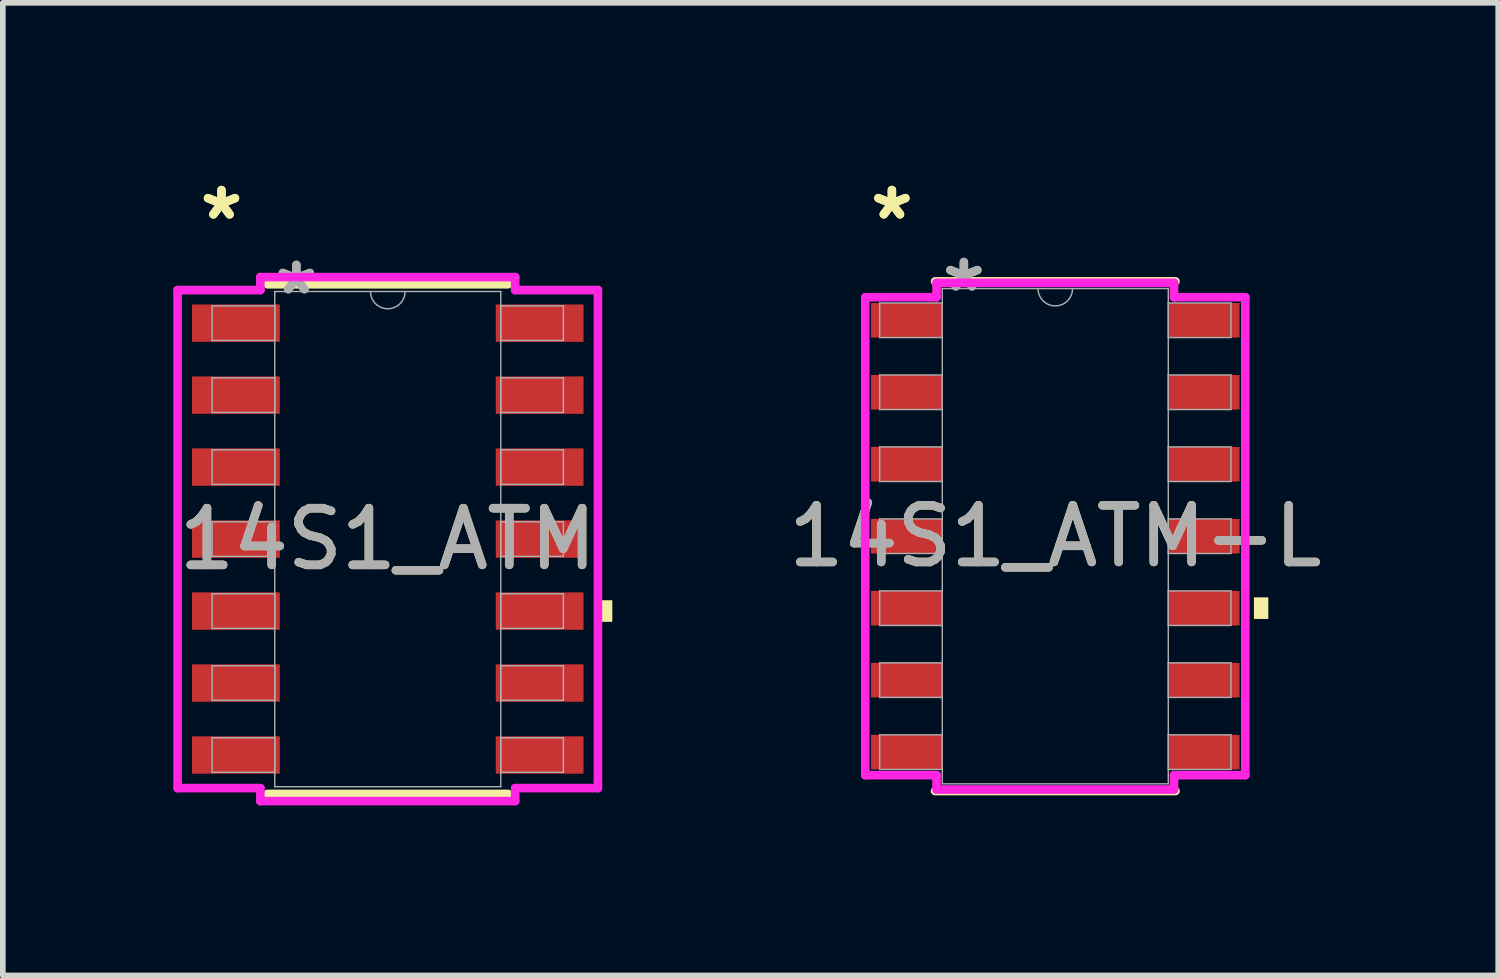
<source format=kicad_pcb>
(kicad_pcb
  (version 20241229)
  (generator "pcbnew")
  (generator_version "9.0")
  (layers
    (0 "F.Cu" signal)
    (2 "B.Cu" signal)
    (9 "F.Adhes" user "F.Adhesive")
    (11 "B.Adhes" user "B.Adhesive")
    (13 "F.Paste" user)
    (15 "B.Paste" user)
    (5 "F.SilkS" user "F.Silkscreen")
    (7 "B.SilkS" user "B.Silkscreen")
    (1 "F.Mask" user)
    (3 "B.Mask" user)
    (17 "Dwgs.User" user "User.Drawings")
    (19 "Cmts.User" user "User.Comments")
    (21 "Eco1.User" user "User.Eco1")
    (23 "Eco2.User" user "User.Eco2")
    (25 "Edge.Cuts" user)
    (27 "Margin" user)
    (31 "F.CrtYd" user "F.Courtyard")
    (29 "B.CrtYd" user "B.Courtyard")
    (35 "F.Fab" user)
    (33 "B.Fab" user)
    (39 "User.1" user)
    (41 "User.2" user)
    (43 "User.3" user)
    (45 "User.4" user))
  (footprint "14S1_ATM"
    (layer "F.Cu")
    (at 3.792 6.462)
    (property "Reference" "14S1_ATM" (at 0 0 0) (unlocked yes) (layer "F.SilkS") (effects (font (size 1 1) (thickness 0.15))))
    (attr smd)
    (fp_line (start -2.121 4.496) (end 2.121 4.496) (stroke (width 0.152) (type solid)) (layer "F.SilkS"))
    (fp_line (start 2.121 -4.496) (end -2.121 -4.496) (stroke (width 0.152) (type solid)) (layer "F.SilkS"))
    (fp_poly (pts (xy 3.962 1.079) (xy 3.962 1.46) (xy 3.708 1.46) (xy 3.708 1.079)) (stroke (width 0) (type solid)) (fill yes) (layer "F.SilkS"))
    (fp_line (start -3.708 -4.394) (end -2.248 -4.394) (stroke (width 0.152) (type solid)) (layer "F.CrtYd"))
    (fp_line (start -3.708 4.394) (end -3.708 -4.394) (stroke (width 0.152) (type solid)) (layer "F.CrtYd"))
    (fp_line (start -3.708 4.394) (end -2.248 4.394) (stroke (width 0.152) (type solid)) (layer "F.CrtYd"))
    (fp_line (start -2.248 -4.623) (end 2.248 -4.623) (stroke (width 0.152) (type solid)) (layer "F.CrtYd"))
    (fp_line (start -2.248 -4.394) (end -2.248 -4.623) (stroke (width 0.152) (type solid)) (layer "F.CrtYd"))
    (fp_line (start -2.248 4.623) (end -2.248 4.394) (stroke (width 0.152) (type solid)) (layer "F.CrtYd"))
    (fp_line (start 2.248 -4.623) (end 2.248 -4.394) (stroke (width 0.152) (type solid)) (layer "F.CrtYd"))
    (fp_line (start 2.248 4.394) (end 2.248 4.623) (stroke (width 0.152) (type solid)) (layer "F.CrtYd"))
    (fp_line (start 2.248 4.623) (end -2.248 4.623) (stroke (width 0.152) (type solid)) (layer "F.CrtYd"))
    (fp_line (start 3.708 -4.394) (end 2.248 -4.394) (stroke (width 0.152) (type solid)) (layer "F.CrtYd"))
    (fp_line (start 3.708 -4.394) (end 3.708 4.394) (stroke (width 0.152) (type solid)) (layer "F.CrtYd"))
    (fp_line (start 3.708 4.394) (end 2.248 4.394) (stroke (width 0.152) (type solid)) (layer "F.CrtYd"))
    (fp_line (start -3.099 -4.115) (end -3.099 -3.505) (stroke (width 0.025) (type solid)) (layer "F.Fab"))
    (fp_line (start -3.099 -3.505) (end -1.994 -3.505) (stroke (width 0.025) (type solid)) (layer "F.Fab"))
    (fp_line (start -3.099 -2.845) (end -3.099 -2.235) (stroke (width 0.025) (type solid)) (layer "F.Fab"))
    (fp_line (start -3.099 -2.235) (end -1.994 -2.235) (stroke (width 0.025) (type solid)) (layer "F.Fab"))
    (fp_line (start -3.099 -1.575) (end -3.099 -0.965) (stroke (width 0.025) (type solid)) (layer "F.Fab"))
    (fp_line (start -3.099 -0.965) (end -1.994 -0.965) (stroke (width 0.025) (type solid)) (layer "F.Fab"))
    (fp_line (start -3.099 -0.305) (end -3.099 0.305) (stroke (width 0.025) (type solid)) (layer "F.Fab"))
    (fp_line (start -3.099 0.305) (end -1.994 0.305) (stroke (width 0.025) (type solid)) (layer "F.Fab"))
    (fp_line (start -3.099 0.965) (end -3.099 1.575) (stroke (width 0.025) (type solid)) (layer "F.Fab"))
    (fp_line (start -3.099 1.575) (end -1.994 1.575) (stroke (width 0.025) (type solid)) (layer "F.Fab"))
    (fp_line (start -3.099 2.235) (end -3.099 2.845) (stroke (width 0.025) (type solid)) (layer "F.Fab"))
    (fp_line (start -3.099 2.845) (end -1.994 2.845) (stroke (width 0.025) (type solid)) (layer "F.Fab"))
    (fp_line (start -3.099 3.505) (end -3.099 4.115) (stroke (width 0.025) (type solid)) (layer "F.Fab"))
    (fp_line (start -3.099 4.115) (end -1.994 4.115) (stroke (width 0.025) (type solid)) (layer "F.Fab"))
    (fp_line (start -1.994 -4.369) (end -1.994 4.369) (stroke (width 0.025) (type solid)) (layer "F.Fab"))
    (fp_line (start -1.994 -4.115) (end -3.099 -4.115) (stroke (width 0.025) (type solid)) (layer "F.Fab"))
    (fp_line (start -1.994 -3.505) (end -1.994 -4.115) (stroke (width 0.025) (type solid)) (layer "F.Fab"))
    (fp_line (start -1.994 -2.845) (end -3.099 -2.845) (stroke (width 0.025) (type solid)) (layer "F.Fab"))
    (fp_line (start -1.994 -2.235) (end -1.994 -2.845) (stroke (width 0.025) (type solid)) (layer "F.Fab"))
    (fp_line (start -1.994 -1.575) (end -3.099 -1.575) (stroke (width 0.025) (type solid)) (layer "F.Fab"))
    (fp_line (start -1.994 -0.965) (end -1.994 -1.575) (stroke (width 0.025) (type solid)) (layer "F.Fab"))
    (fp_line (start -1.994 -0.305) (end -3.099 -0.305) (stroke (width 0.025) (type solid)) (layer "F.Fab"))
    (fp_line (start -1.994 0.305) (end -1.994 -0.305) (stroke (width 0.025) (type solid)) (layer "F.Fab"))
    (fp_line (start -1.994 0.965) (end -3.099 0.965) (stroke (width 0.025) (type solid)) (layer "F.Fab"))
    (fp_line (start -1.994 1.575) (end -1.994 0.965) (stroke (width 0.025) (type solid)) (layer "F.Fab"))
    (fp_line (start -1.994 2.235) (end -3.099 2.235) (stroke (width 0.025) (type solid)) (layer "F.Fab"))
    (fp_line (start -1.994 2.845) (end -1.994 2.235) (stroke (width 0.025) (type solid)) (layer "F.Fab"))
    (fp_line (start -1.994 3.505) (end -3.099 3.505) (stroke (width 0.025) (type solid)) (layer "F.Fab"))
    (fp_line (start -1.994 4.115) (end -1.994 3.505) (stroke (width 0.025) (type solid)) (layer "F.Fab"))
    (fp_line (start -1.994 4.369) (end 1.994 4.369) (stroke (width 0.025) (type solid)) (layer "F.Fab"))
    (fp_line (start 1.994 -4.369) (end -1.994 -4.369) (stroke (width 0.025) (type solid)) (layer "F.Fab"))
    (fp_line (start 1.994 -4.115) (end 1.994 -3.505) (stroke (width 0.025) (type solid)) (layer "F.Fab"))
    (fp_line (start 1.994 -3.505) (end 3.099 -3.505) (stroke (width 0.025) (type solid)) (layer "F.Fab"))
    (fp_line (start 1.994 -2.845) (end 1.994 -2.235) (stroke (width 0.025) (type solid)) (layer "F.Fab"))
    (fp_line (start 1.994 -2.235) (end 3.099 -2.235) (stroke (width 0.025) (type solid)) (layer "F.Fab"))
    (fp_line (start 1.994 -1.575) (end 1.994 -0.965) (stroke (width 0.025) (type solid)) (layer "F.Fab"))
    (fp_line (start 1.994 -0.965) (end 3.099 -0.965) (stroke (width 0.025) (type solid)) (layer "F.Fab"))
    (fp_line (start 1.994 -0.305) (end 1.994 0.305) (stroke (width 0.025) (type solid)) (layer "F.Fab"))
    (fp_line (start 1.994 0.305) (end 3.099 0.305) (stroke (width 0.025) (type solid)) (layer "F.Fab"))
    (fp_line (start 1.994 0.965) (end 1.994 1.575) (stroke (width 0.025) (type solid)) (layer "F.Fab"))
    (fp_line (start 1.994 1.575) (end 3.099 1.575) (stroke (width 0.025) (type solid)) (layer "F.Fab"))
    (fp_line (start 1.994 2.235) (end 1.994 2.845) (stroke (width 0.025) (type solid)) (layer "F.Fab"))
    (fp_line (start 1.994 2.845) (end 3.099 2.845) (stroke (width 0.025) (type solid)) (layer "F.Fab"))
    (fp_line (start 1.994 3.505) (end 1.994 4.115) (stroke (width 0.025) (type solid)) (layer "F.Fab"))
    (fp_line (start 1.994 4.115) (end 3.099 4.115) (stroke (width 0.025) (type solid)) (layer "F.Fab"))
    (fp_line (start 1.994 4.369) (end 1.994 -4.369) (stroke (width 0.025) (type solid)) (layer "F.Fab"))
    (fp_line (start 3.099 -4.115) (end 1.994 -4.115) (stroke (width 0.025) (type solid)) (layer "F.Fab"))
    (fp_line (start 3.099 -3.505) (end 3.099 -4.115) (stroke (width 0.025) (type solid)) (layer "F.Fab"))
    (fp_line (start 3.099 -2.845) (end 1.994 -2.845) (stroke (width 0.025) (type solid)) (layer "F.Fab"))
    (fp_line (start 3.099 -2.235) (end 3.099 -2.845) (stroke (width 0.025) (type solid)) (layer "F.Fab"))
    (fp_line (start 3.099 -1.575) (end 1.994 -1.575) (stroke (width 0.025) (type solid)) (layer "F.Fab"))
    (fp_line (start 3.099 -0.965) (end 3.099 -1.575) (stroke (width 0.025) (type solid)) (layer "F.Fab"))
    (fp_line (start 3.099 -0.305) (end 1.994 -0.305) (stroke (width 0.025) (type solid)) (layer "F.Fab"))
    (fp_line (start 3.099 0.305) (end 3.099 -0.305) (stroke (width 0.025) (type solid)) (layer "F.Fab"))
    (fp_line (start 3.099 0.965) (end 1.994 0.965) (stroke (width 0.025) (type solid)) (layer "F.Fab"))
    (fp_line (start 3.099 1.575) (end 3.099 0.965) (stroke (width 0.025) (type solid)) (layer "F.Fab"))
    (fp_line (start 3.099 2.235) (end 1.994 2.235) (stroke (width 0.025) (type solid)) (layer "F.Fab"))
    (fp_line (start 3.099 2.845) (end 3.099 2.235) (stroke (width 0.025) (type solid)) (layer "F.Fab"))
    (fp_line (start 3.099 3.505) (end 1.994 3.505) (stroke (width 0.025) (type solid)) (layer "F.Fab"))
    (fp_line (start 3.099 4.115) (end 3.099 3.505) (stroke (width 0.025) (type solid)) (layer "F.Fab"))
    (fp_arc (start 0.3048 -4.3688) (mid 0 -4.064) (end -0.3048 -4.3688) (stroke (width 0.0254) (type solid)) (layer "F.Fab"))
    (fp_text user "*" (at -2.934 -5.613 0) (unlocked yes) (layer "F.SilkS") (effects (font (size 1 1) (thickness 0.15))))
    (fp_text user "*" (at -2.934 -5.613 0) (layer "F.SilkS") (effects (font (size 1 1) (thickness 0.15))))
    (fp_text user "${REFERENCE}" (at 0 0 0) (unlocked yes) (layer "F.Fab") (effects (font (size 1 1) (thickness 0.15))))
    (fp_text user "*" (at -1.613 -4.293 0) (layer "F.Fab") (effects (font (size 1 1) (thickness 0.15))))
    (fp_text user "*" (at -1.613 -4.293 0) (unlocked yes) (layer "F.Fab") (effects (font (size 1 1) (thickness 0.15))))
    (pad "1" smd rect (at -2.68 -3.81) (size 1.549 0.66) (layers "F.Cu" "F.Mask" "F.Paste"))
    (pad "2" smd rect (at -2.68 -2.54) (size 1.549 0.66) (layers "F.Cu" "F.Mask" "F.Paste"))
    (pad "3" smd rect (at -2.68 -1.27) (size 1.549 0.66) (layers "F.Cu" "F.Mask" "F.Paste"))
    (pad "4" smd rect (at -2.68 0) (size 1.549 0.66) (layers "F.Cu" "F.Mask" "F.Paste"))
    (pad "5" smd rect (at -2.68 1.27) (size 1.549 0.66) (layers "F.Cu" "F.Mask" "F.Paste"))
    (pad "6" smd rect (at -2.68 2.54) (size 1.549 0.66) (layers "F.Cu" "F.Mask" "F.Paste"))
    (pad "7" smd rect (at -2.68 3.81) (size 1.549 0.66) (layers "F.Cu" "F.Mask" "F.Paste"))
    (pad "8" smd rect (at 2.68 3.81) (size 1.549 0.66) (layers "F.Cu" "F.Mask" "F.Paste"))
    (pad "9" smd rect (at 2.68 2.54) (size 1.549 0.66) (layers "F.Cu" "F.Mask" "F.Paste"))
    (pad "10" smd rect (at 2.68 1.27) (size 1.549 0.66) (layers "F.Cu" "F.Mask" "F.Paste"))
    (pad "11" smd rect (at 2.68 0) (size 1.549 0.66) (layers "F.Cu" "F.Mask" "F.Paste"))
    (pad "12" smd rect (at 2.68 -1.27) (size 1.549 0.66) (layers "F.Cu" "F.Mask" "F.Paste"))
    (pad "13" smd rect (at 2.68 -2.54) (size 1.549 0.66) (layers "F.Cu" "F.Mask" "F.Paste"))
    (pad "14" smd rect (at 2.68 -3.81) (size 1.549 0.66) (layers "F.Cu" "F.Mask" "F.Paste")))
  (footprint "14S1_ATM-L"
    (layer "F.Cu")
    (at 15.57 6.411)
    (property "Reference" "14S1_ATM-L" (at 0 0 0) (unlocked yes) (layer "F.SilkS") (effects (font (size 1 1) (thickness 0.15))))
    (attr smd)
    (fp_line (start -2.121 4.496) (end 2.121 4.496) (stroke (width 0.152) (type solid)) (layer "F.SilkS"))
    (fp_line (start 2.121 -4.496) (end -2.121 -4.496) (stroke (width 0.152) (type solid)) (layer "F.SilkS"))
    (fp_poly (pts (xy 3.759 1.079) (xy 3.759 1.46) (xy 3.505 1.46) (xy 3.505 1.079)) (stroke (width 0) (type solid)) (fill yes) (layer "F.SilkS"))
    (fp_line (start -3.353 -4.216) (end -2.095 -4.216) (stroke (width 0.152) (type solid)) (layer "F.CrtYd"))
    (fp_line (start -3.353 4.216) (end -3.353 -4.216) (stroke (width 0.152) (type solid)) (layer "F.CrtYd"))
    (fp_line (start -3.353 4.216) (end -2.095 4.216) (stroke (width 0.152) (type solid)) (layer "F.CrtYd"))
    (fp_line (start -2.095 -4.47) (end 2.095 -4.47) (stroke (width 0.152) (type solid)) (layer "F.CrtYd"))
    (fp_line (start -2.095 -4.216) (end -2.095 -4.47) (stroke (width 0.152) (type solid)) (layer "F.CrtYd"))
    (fp_line (start -2.095 4.47) (end -2.095 4.216) (stroke (width 0.152) (type solid)) (layer "F.CrtYd"))
    (fp_line (start 2.095 -4.47) (end 2.095 -4.216) (stroke (width 0.152) (type solid)) (layer "F.CrtYd"))
    (fp_line (start 2.095 4.216) (end 2.095 4.47) (stroke (width 0.152) (type solid)) (layer "F.CrtYd"))
    (fp_line (start 2.095 4.47) (end -2.095 4.47) (stroke (width 0.152) (type solid)) (layer "F.CrtYd"))
    (fp_line (start 3.353 -4.216) (end 2.095 -4.216) (stroke (width 0.152) (type solid)) (layer "F.CrtYd"))
    (fp_line (start 3.353 -4.216) (end 3.353 4.216) (stroke (width 0.152) (type solid)) (layer "F.CrtYd"))
    (fp_line (start 3.353 4.216) (end 2.095 4.216) (stroke (width 0.152) (type solid)) (layer "F.CrtYd"))
    (fp_line (start -3.099 -4.115) (end -3.099 -3.505) (stroke (width 0.025) (type solid)) (layer "F.Fab"))
    (fp_line (start -3.099 -3.505) (end -1.994 -3.505) (stroke (width 0.025) (type solid)) (layer "F.Fab"))
    (fp_line (start -3.099 -2.845) (end -3.099 -2.235) (stroke (width 0.025) (type solid)) (layer "F.Fab"))
    (fp_line (start -3.099 -2.235) (end -1.994 -2.235) (stroke (width 0.025) (type solid)) (layer "F.Fab"))
    (fp_line (start -3.099 -1.575) (end -3.099 -0.965) (stroke (width 0.025) (type solid)) (layer "F.Fab"))
    (fp_line (start -3.099 -0.965) (end -1.994 -0.965) (stroke (width 0.025) (type solid)) (layer "F.Fab"))
    (fp_line (start -3.099 -0.305) (end -3.099 0.305) (stroke (width 0.025) (type solid)) (layer "F.Fab"))
    (fp_line (start -3.099 0.305) (end -1.994 0.305) (stroke (width 0.025) (type solid)) (layer "F.Fab"))
    (fp_line (start -3.099 0.965) (end -3.099 1.575) (stroke (width 0.025) (type solid)) (layer "F.Fab"))
    (fp_line (start -3.099 1.575) (end -1.994 1.575) (stroke (width 0.025) (type solid)) (layer "F.Fab"))
    (fp_line (start -3.099 2.235) (end -3.099 2.845) (stroke (width 0.025) (type solid)) (layer "F.Fab"))
    (fp_line (start -3.099 2.845) (end -1.994 2.845) (stroke (width 0.025) (type solid)) (layer "F.Fab"))
    (fp_line (start -3.099 3.505) (end -3.099 4.115) (stroke (width 0.025) (type solid)) (layer "F.Fab"))
    (fp_line (start -3.099 4.115) (end -1.994 4.115) (stroke (width 0.025) (type solid)) (layer "F.Fab"))
    (fp_line (start -1.994 -4.369) (end -1.994 4.369) (stroke (width 0.025) (type solid)) (layer "F.Fab"))
    (fp_line (start -1.994 -4.115) (end -3.099 -4.115) (stroke (width 0.025) (type solid)) (layer "F.Fab"))
    (fp_line (start -1.994 -3.505) (end -1.994 -4.115) (stroke (width 0.025) (type solid)) (layer "F.Fab"))
    (fp_line (start -1.994 -2.845) (end -3.099 -2.845) (stroke (width 0.025) (type solid)) (layer "F.Fab"))
    (fp_line (start -1.994 -2.235) (end -1.994 -2.845) (stroke (width 0.025) (type solid)) (layer "F.Fab"))
    (fp_line (start -1.994 -1.575) (end -3.099 -1.575) (stroke (width 0.025) (type solid)) (layer "F.Fab"))
    (fp_line (start -1.994 -0.965) (end -1.994 -1.575) (stroke (width 0.025) (type solid)) (layer "F.Fab"))
    (fp_line (start -1.994 -0.305) (end -3.099 -0.305) (stroke (width 0.025) (type solid)) (layer "F.Fab"))
    (fp_line (start -1.994 0.305) (end -1.994 -0.305) (stroke (width 0.025) (type solid)) (layer "F.Fab"))
    (fp_line (start -1.994 0.965) (end -3.099 0.965) (stroke (width 0.025) (type solid)) (layer "F.Fab"))
    (fp_line (start -1.994 1.575) (end -1.994 0.965) (stroke (width 0.025) (type solid)) (layer "F.Fab"))
    (fp_line (start -1.994 2.235) (end -3.099 2.235) (stroke (width 0.025) (type solid)) (layer "F.Fab"))
    (fp_line (start -1.994 2.845) (end -1.994 2.235) (stroke (width 0.025) (type solid)) (layer "F.Fab"))
    (fp_line (start -1.994 3.505) (end -3.099 3.505) (stroke (width 0.025) (type solid)) (layer "F.Fab"))
    (fp_line (start -1.994 4.115) (end -1.994 3.505) (stroke (width 0.025) (type solid)) (layer "F.Fab"))
    (fp_line (start -1.994 4.369) (end 1.994 4.369) (stroke (width 0.025) (type solid)) (layer "F.Fab"))
    (fp_line (start 1.994 -4.369) (end -1.994 -4.369) (stroke (width 0.025) (type solid)) (layer "F.Fab"))
    (fp_line (start 1.994 -4.115) (end 1.994 -3.505) (stroke (width 0.025) (type solid)) (layer "F.Fab"))
    (fp_line (start 1.994 -3.505) (end 3.099 -3.505) (stroke (width 0.025) (type solid)) (layer "F.Fab"))
    (fp_line (start 1.994 -2.845) (end 1.994 -2.235) (stroke (width 0.025) (type solid)) (layer "F.Fab"))
    (fp_line (start 1.994 -2.235) (end 3.099 -2.235) (stroke (width 0.025) (type solid)) (layer "F.Fab"))
    (fp_line (start 1.994 -1.575) (end 1.994 -0.965) (stroke (width 0.025) (type solid)) (layer "F.Fab"))
    (fp_line (start 1.994 -0.965) (end 3.099 -0.965) (stroke (width 0.025) (type solid)) (layer "F.Fab"))
    (fp_line (start 1.994 -0.305) (end 1.994 0.305) (stroke (width 0.025) (type solid)) (layer "F.Fab"))
    (fp_line (start 1.994 0.305) (end 3.099 0.305) (stroke (width 0.025) (type solid)) (layer "F.Fab"))
    (fp_line (start 1.994 0.965) (end 1.994 1.575) (stroke (width 0.025) (type solid)) (layer "F.Fab"))
    (fp_line (start 1.994 1.575) (end 3.099 1.575) (stroke (width 0.025) (type solid)) (layer "F.Fab"))
    (fp_line (start 1.994 2.235) (end 1.994 2.845) (stroke (width 0.025) (type solid)) (layer "F.Fab"))
    (fp_line (start 1.994 2.845) (end 3.099 2.845) (stroke (width 0.025) (type solid)) (layer "F.Fab"))
    (fp_line (start 1.994 3.505) (end 1.994 4.115) (stroke (width 0.025) (type solid)) (layer "F.Fab"))
    (fp_line (start 1.994 4.115) (end 3.099 4.115) (stroke (width 0.025) (type solid)) (layer "F.Fab"))
    (fp_line (start 1.994 4.369) (end 1.994 -4.369) (stroke (width 0.025) (type solid)) (layer "F.Fab"))
    (fp_line (start 3.099 -4.115) (end 1.994 -4.115) (stroke (width 0.025) (type solid)) (layer "F.Fab"))
    (fp_line (start 3.099 -3.505) (end 3.099 -4.115) (stroke (width 0.025) (type solid)) (layer "F.Fab"))
    (fp_line (start 3.099 -2.845) (end 1.994 -2.845) (stroke (width 0.025) (type solid)) (layer "F.Fab"))
    (fp_line (start 3.099 -2.235) (end 3.099 -2.845) (stroke (width 0.025) (type solid)) (layer "F.Fab"))
    (fp_line (start 3.099 -1.575) (end 1.994 -1.575) (stroke (width 0.025) (type solid)) (layer "F.Fab"))
    (fp_line (start 3.099 -0.965) (end 3.099 -1.575) (stroke (width 0.025) (type solid)) (layer "F.Fab"))
    (fp_line (start 3.099 -0.305) (end 1.994 -0.305) (stroke (width 0.025) (type solid)) (layer "F.Fab"))
    (fp_line (start 3.099 0.305) (end 3.099 -0.305) (stroke (width 0.025) (type solid)) (layer "F.Fab"))
    (fp_line (start 3.099 0.965) (end 1.994 0.965) (stroke (width 0.025) (type solid)) (layer "F.Fab"))
    (fp_line (start 3.099 1.575) (end 3.099 0.965) (stroke (width 0.025) (type solid)) (layer "F.Fab"))
    (fp_line (start 3.099 2.235) (end 1.994 2.235) (stroke (width 0.025) (type solid)) (layer "F.Fab"))
    (fp_line (start 3.099 2.845) (end 3.099 2.235) (stroke (width 0.025) (type solid)) (layer "F.Fab"))
    (fp_line (start 3.099 3.505) (end 1.994 3.505) (stroke (width 0.025) (type solid)) (layer "F.Fab"))
    (fp_line (start 3.099 4.115) (end 3.099 3.505) (stroke (width 0.025) (type solid)) (layer "F.Fab"))
    (fp_arc (start 0.3048 -4.3688) (mid 0 -4.064) (end -0.3048 -4.3688) (stroke (width 0.0254) (type solid)) (layer "F.Fab"))
    (fp_text user "*" (at -2.883 -5.563 0) (unlocked yes) (layer "F.SilkS") (effects (font (size 1 1) (thickness 0.15))))
    (fp_text user "*" (at -2.883 -5.563 0) (layer "F.SilkS") (effects (font (size 1 1) (thickness 0.15))))
    (fp_text user "*" (at -1.613 -4.293 0) (unlocked yes) (layer "F.Fab") (effects (font (size 1 1) (thickness 0.15))))
    (fp_text user "*" (at -1.613 -4.293 0) (layer "F.Fab") (effects (font (size 1 1) (thickness 0.15))))
    (fp_text user "${REFERENCE}" (at 0 0 0) (unlocked yes) (layer "F.Fab") (effects (font (size 1 1) (thickness 0.15))))
    (pad "1" smd rect (at -2.629 -3.81) (size 1.245 0.61) (layers "F.Cu" "F.Mask" "F.Paste"))
    (pad "2" smd rect (at -2.629 -2.54) (size 1.245 0.61) (layers "F.Cu" "F.Mask" "F.Paste"))
    (pad "3" smd rect (at -2.629 -1.27) (size 1.245 0.61) (layers "F.Cu" "F.Mask" "F.Paste"))
    (pad "4" smd rect (at -2.629 0) (size 1.245 0.61) (layers "F.Cu" "F.Mask" "F.Paste"))
    (pad "5" smd rect (at -2.629 1.27) (size 1.245 0.61) (layers "F.Cu" "F.Mask" "F.Paste"))
    (pad "6" smd rect (at -2.629 2.54) (size 1.245 0.61) (layers "F.Cu" "F.Mask" "F.Paste"))
    (pad "7" smd rect (at -2.629 3.81) (size 1.245 0.61) (layers "F.Cu" "F.Mask" "F.Paste"))
    (pad "8" smd rect (at 2.629 3.81) (size 1.245 0.61) (layers "F.Cu" "F.Mask" "F.Paste"))
    (pad "9" smd rect (at 2.629 2.54) (size 1.245 0.61) (layers "F.Cu" "F.Mask" "F.Paste"))
    (pad "10" smd rect (at 2.629 1.27) (size 1.245 0.61) (layers "F.Cu" "F.Mask" "F.Paste"))
    (pad "11" smd rect (at 2.629 0) (size 1.245 0.61) (layers "F.Cu" "F.Mask" "F.Paste"))
    (pad "12" smd rect (at 2.629 -1.27) (size 1.245 0.61) (layers "F.Cu" "F.Mask" "F.Paste"))
    (pad "13" smd rect (at 2.629 -2.54) (size 1.245 0.61) (layers "F.Cu" "F.Mask" "F.Paste"))
    (pad "14" smd rect (at 2.629 -3.81) (size 1.245 0.61) (layers "F.Cu" "F.Mask" "F.Paste")))
  (gr_rect
    (start -3 -3)
    (end 23.385 14.161)
    (stroke (width 0.1) (type default))
    (fill no)
    (layer "Edge.Cuts")))
</source>
